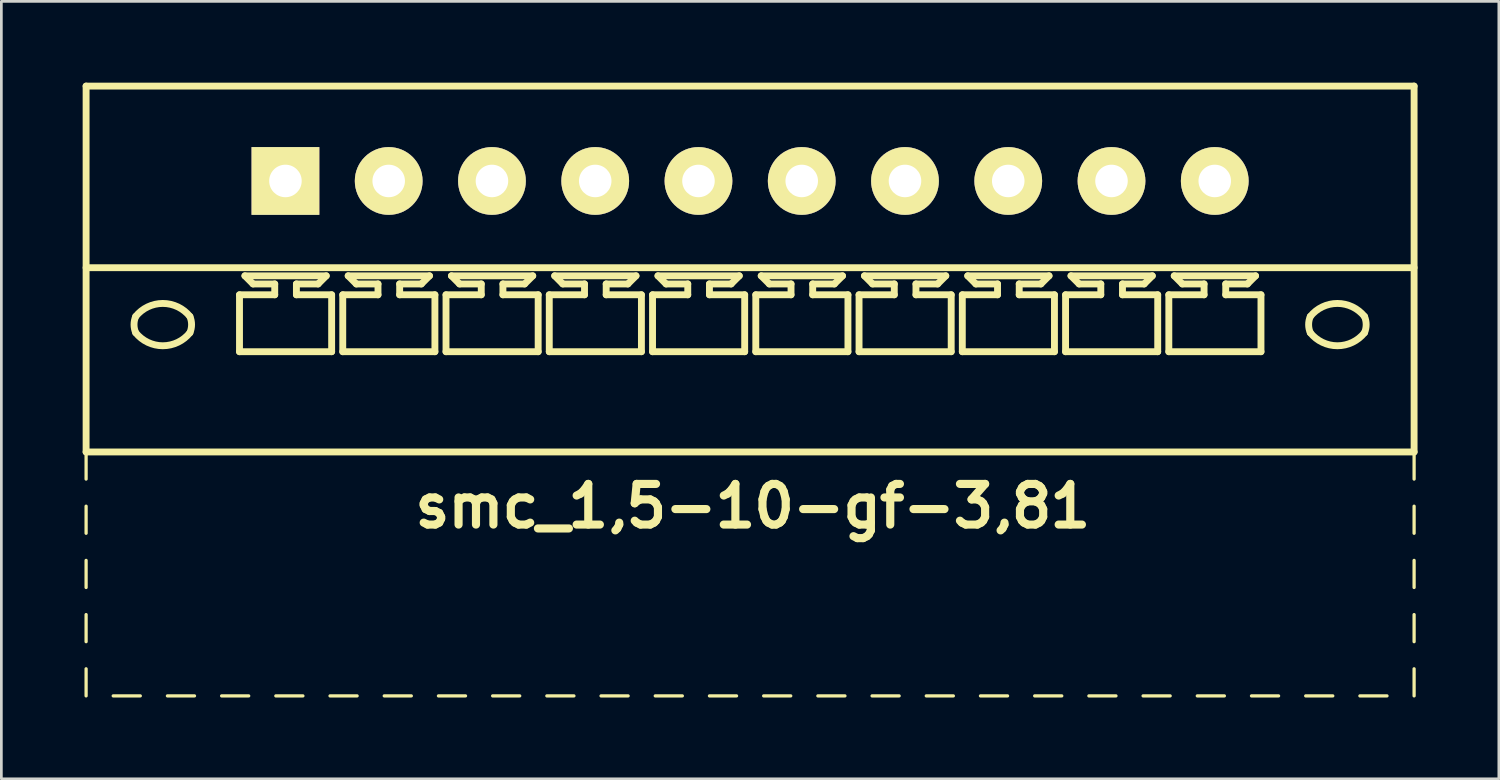
<source format=kicad_pcb>
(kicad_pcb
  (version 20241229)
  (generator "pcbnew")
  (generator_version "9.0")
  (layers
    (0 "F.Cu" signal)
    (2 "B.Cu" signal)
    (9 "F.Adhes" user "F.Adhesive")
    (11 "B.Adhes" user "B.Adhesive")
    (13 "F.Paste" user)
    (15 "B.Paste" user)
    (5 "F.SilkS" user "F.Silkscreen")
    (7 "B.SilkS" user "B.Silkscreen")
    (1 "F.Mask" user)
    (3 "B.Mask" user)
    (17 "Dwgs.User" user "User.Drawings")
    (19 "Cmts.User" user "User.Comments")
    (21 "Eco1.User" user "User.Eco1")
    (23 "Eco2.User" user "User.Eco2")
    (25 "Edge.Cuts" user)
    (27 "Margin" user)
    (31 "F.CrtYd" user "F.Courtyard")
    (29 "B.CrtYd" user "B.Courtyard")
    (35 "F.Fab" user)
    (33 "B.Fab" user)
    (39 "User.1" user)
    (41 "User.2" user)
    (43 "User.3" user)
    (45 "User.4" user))
  (footprint "smc_1,5-10-gf-3,81"
    (layer "F.Cu")
    (at 24.627 3.627)
    (property "Reference" "smc_1,5-10-gf-3,81" (at 0.1 12 0) (layer "F.SilkS") (effects (font (size 1.5 1.5) (thickness 0.3))))
    (attr through_hole)
    (fp_line (start -24.5 -3.5) (end -24.5 10) (stroke (width 0.254) (type solid)) (layer "F.SilkS"))
    (fp_line (start -24.5 -3.5) (end 24.5 -3.5) (stroke (width 0.254) (type solid)) (layer "F.SilkS"))
    (fp_line (start -24.5 3.2) (end 24.5 3.2) (stroke (width 0.254) (type solid)) (layer "F.SilkS"))
    (fp_line (start -24.5 10) (end -24.5 11) (stroke (width 0.12) (type solid)) (layer "F.SilkS"))
    (fp_line (start -24.5 10) (end 24.5 10) (stroke (width 0.254) (type solid)) (layer "F.SilkS"))
    (fp_line (start -24.5 12) (end -24.5 13) (stroke (width 0.12) (type solid)) (layer "F.SilkS"))
    (fp_line (start -24.5 14) (end -24.5 15) (stroke (width 0.12) (type solid)) (layer "F.SilkS"))
    (fp_line (start -24.5 16) (end -24.5 17) (stroke (width 0.12) (type solid)) (layer "F.SilkS"))
    (fp_line (start -24.5 18) (end -24.5 19) (stroke (width 0.12) (type solid)) (layer "F.SilkS"))
    (fp_line (start -23.5 19) (end -22.5 19) (stroke (width 0.12) (type solid)) (layer "F.SilkS"))
    (fp_line (start -21.5 19) (end -20.5 19) (stroke (width 0.12) (type solid)) (layer "F.SilkS"))
    (fp_line (start -19.5 19) (end -18.5 19) (stroke (width 0.12) (type solid)) (layer "F.SilkS"))
    (fp_line (start -18.84 4.2) (end -17.54 4.2) (stroke (width 0.254) (type solid)) (layer "F.SilkS"))
    (fp_line (start -18.84 6.3) (end -18.84 4.2) (stroke (width 0.254) (type solid)) (layer "F.SilkS"))
    (fp_line (start -18.64 3.5) (end -15.64 3.5) (stroke (width 0.254) (type solid)) (layer "F.SilkS"))
    (fp_line (start -18.34 3.8) (end -18.64 3.5) (stroke (width 0.254) (type solid)) (layer "F.SilkS"))
    (fp_line (start -17.54 3.8) (end -18.34 3.8) (stroke (width 0.254) (type solid)) (layer "F.SilkS"))
    (fp_line (start -17.54 4.2) (end -17.54 3.8) (stroke (width 0.254) (type solid)) (layer "F.SilkS"))
    (fp_line (start -17.5 19) (end -16.5 19) (stroke (width 0.12) (type solid)) (layer "F.SilkS"))
    (fp_line (start -16.74 3.8) (end -16.74 4.2) (stroke (width 0.254) (type solid)) (layer "F.SilkS"))
    (fp_line (start -16.74 4.2) (end -15.44 4.2) (stroke (width 0.254) (type solid)) (layer "F.SilkS"))
    (fp_line (start -15.94 3.8) (end -16.74 3.8) (stroke (width 0.254) (type solid)) (layer "F.SilkS"))
    (fp_line (start -15.94 3.8) (end -15.64 3.5) (stroke (width 0.254) (type solid)) (layer "F.SilkS"))
    (fp_line (start -15.5 19) (end -14.5 19) (stroke (width 0.12) (type solid)) (layer "F.SilkS"))
    (fp_line (start -15.44 4.2) (end -15.44 6.3) (stroke (width 0.254) (type solid)) (layer "F.SilkS"))
    (fp_line (start -15.44 6.3) (end -18.84 6.3) (stroke (width 0.254) (type solid)) (layer "F.SilkS"))
    (fp_line (start -15.03 4.2) (end -13.73 4.2) (stroke (width 0.254) (type solid)) (layer "F.SilkS"))
    (fp_line (start -15.03 6.3) (end -15.03 4.2) (stroke (width 0.254) (type solid)) (layer "F.SilkS"))
    (fp_line (start -14.83 3.5) (end -11.83 3.5) (stroke (width 0.254) (type solid)) (layer "F.SilkS"))
    (fp_line (start -14.53 3.8) (end -14.83 3.5) (stroke (width 0.254) (type solid)) (layer "F.SilkS"))
    (fp_line (start -13.73 3.8) (end -14.53 3.8) (stroke (width 0.254) (type solid)) (layer "F.SilkS"))
    (fp_line (start -13.73 4.2) (end -13.73 3.8) (stroke (width 0.254) (type solid)) (layer "F.SilkS"))
    (fp_line (start -13.5 19) (end -12.5 19) (stroke (width 0.12) (type solid)) (layer "F.SilkS"))
    (fp_line (start -12.93 3.8) (end -12.93 4.2) (stroke (width 0.254) (type solid)) (layer "F.SilkS"))
    (fp_line (start -12.93 4.2) (end -11.63 4.2) (stroke (width 0.254) (type solid)) (layer "F.SilkS"))
    (fp_line (start -12.13 3.8) (end -12.93 3.8) (stroke (width 0.254) (type solid)) (layer "F.SilkS"))
    (fp_line (start -12.13 3.8) (end -11.83 3.5) (stroke (width 0.254) (type solid)) (layer "F.SilkS"))
    (fp_line (start -11.63 4.2) (end -11.63 6.3) (stroke (width 0.254) (type solid)) (layer "F.SilkS"))
    (fp_line (start -11.63 6.3) (end -15.03 6.3) (stroke (width 0.254) (type solid)) (layer "F.SilkS"))
    (fp_line (start -11.5 19) (end -10.5 19) (stroke (width 0.12) (type solid)) (layer "F.SilkS"))
    (fp_line (start -11.22 4.2) (end -9.92 4.2) (stroke (width 0.254) (type solid)) (layer "F.SilkS"))
    (fp_line (start -11.22 6.3) (end -11.22 4.2) (stroke (width 0.254) (type solid)) (layer "F.SilkS"))
    (fp_line (start -11.02 3.5) (end -8.02 3.5) (stroke (width 0.254) (type solid)) (layer "F.SilkS"))
    (fp_line (start -10.72 3.8) (end -11.02 3.5) (stroke (width 0.254) (type solid)) (layer "F.SilkS"))
    (fp_line (start -9.92 3.8) (end -10.72 3.8) (stroke (width 0.254) (type solid)) (layer "F.SilkS"))
    (fp_line (start -9.92 4.2) (end -9.92 3.8) (stroke (width 0.254) (type solid)) (layer "F.SilkS"))
    (fp_line (start -9.5 19) (end -8.5 19) (stroke (width 0.12) (type solid)) (layer "F.SilkS"))
    (fp_line (start -9.12 3.8) (end -9.12 4.2) (stroke (width 0.254) (type solid)) (layer "F.SilkS"))
    (fp_line (start -9.12 4.2) (end -7.82 4.2) (stroke (width 0.254) (type solid)) (layer "F.SilkS"))
    (fp_line (start -8.32 3.8) (end -9.12 3.8) (stroke (width 0.254) (type solid)) (layer "F.SilkS"))
    (fp_line (start -8.32 3.8) (end -8.02 3.5) (stroke (width 0.254) (type solid)) (layer "F.SilkS"))
    (fp_line (start -7.82 4.2) (end -7.82 6.3) (stroke (width 0.254) (type solid)) (layer "F.SilkS"))
    (fp_line (start -7.82 6.3) (end -11.22 6.3) (stroke (width 0.254) (type solid)) (layer "F.SilkS"))
    (fp_line (start -7.5 19) (end -6.5 19) (stroke (width 0.12) (type solid)) (layer "F.SilkS"))
    (fp_line (start -7.41 4.2) (end -6.11 4.2) (stroke (width 0.254) (type solid)) (layer "F.SilkS"))
    (fp_line (start -7.41 6.3) (end -7.41 4.2) (stroke (width 0.254) (type solid)) (layer "F.SilkS"))
    (fp_line (start -7.21 3.5) (end -4.21 3.5) (stroke (width 0.254) (type solid)) (layer "F.SilkS"))
    (fp_line (start -6.91 3.8) (end -7.21 3.5) (stroke (width 0.254) (type solid)) (layer "F.SilkS"))
    (fp_line (start -6.11 3.8) (end -6.91 3.8) (stroke (width 0.254) (type solid)) (layer "F.SilkS"))
    (fp_line (start -6.11 4.2) (end -6.11 3.8) (stroke (width 0.254) (type solid)) (layer "F.SilkS"))
    (fp_line (start -5.5 19) (end -4.5 19) (stroke (width 0.12) (type solid)) (layer "F.SilkS"))
    (fp_line (start -5.31 3.8) (end -5.31 4.2) (stroke (width 0.254) (type solid)) (layer "F.SilkS"))
    (fp_line (start -5.31 4.2) (end -4.01 4.2) (stroke (width 0.254) (type solid)) (layer "F.SilkS"))
    (fp_line (start -4.51 3.8) (end -5.31 3.8) (stroke (width 0.254) (type solid)) (layer "F.SilkS"))
    (fp_line (start -4.51 3.8) (end -4.21 3.5) (stroke (width 0.254) (type solid)) (layer "F.SilkS"))
    (fp_line (start -4.01 4.2) (end -4.01 6.3) (stroke (width 0.254) (type solid)) (layer "F.SilkS"))
    (fp_line (start -4.01 6.3) (end -7.41 6.3) (stroke (width 0.254) (type solid)) (layer "F.SilkS"))
    (fp_line (start -3.6 4.2) (end -2.3 4.2) (stroke (width 0.254) (type solid)) (layer "F.SilkS"))
    (fp_line (start -3.6 6.3) (end -3.6 4.2) (stroke (width 0.254) (type solid)) (layer "F.SilkS"))
    (fp_line (start -3.5 19) (end -2.5 19) (stroke (width 0.12) (type solid)) (layer "F.SilkS"))
    (fp_line (start -3.4 3.5) (end -0.4 3.5) (stroke (width 0.254) (type solid)) (layer "F.SilkS"))
    (fp_line (start -3.1 3.8) (end -3.4 3.5) (stroke (width 0.254) (type solid)) (layer "F.SilkS"))
    (fp_line (start -2.3 3.8) (end -3.1 3.8) (stroke (width 0.254) (type solid)) (layer "F.SilkS"))
    (fp_line (start -2.3 4.2) (end -2.3 3.8) (stroke (width 0.254) (type solid)) (layer "F.SilkS"))
    (fp_line (start -1.5 3.8) (end -1.5 4.2) (stroke (width 0.254) (type solid)) (layer "F.SilkS"))
    (fp_line (start -1.5 4.2) (end -0.2 4.2) (stroke (width 0.254) (type solid)) (layer "F.SilkS"))
    (fp_line (start -1.5 19) (end -0.5 19) (stroke (width 0.12) (type solid)) (layer "F.SilkS"))
    (fp_line (start -0.7 3.8) (end -1.5 3.8) (stroke (width 0.254) (type solid)) (layer "F.SilkS"))
    (fp_line (start -0.7 3.8) (end -0.4 3.5) (stroke (width 0.254) (type solid)) (layer "F.SilkS"))
    (fp_line (start -0.2 4.2) (end -0.2 6.3) (stroke (width 0.254) (type solid)) (layer "F.SilkS"))
    (fp_line (start -0.2 6.3) (end -3.6 6.3) (stroke (width 0.254) (type solid)) (layer "F.SilkS"))
    (fp_line (start 0.21 4.2) (end 1.51 4.2) (stroke (width 0.254) (type solid)) (layer "F.SilkS"))
    (fp_line (start 0.21 6.3) (end 0.21 4.2) (stroke (width 0.254) (type solid)) (layer "F.SilkS"))
    (fp_line (start 0.41 3.5) (end 3.41 3.5) (stroke (width 0.254) (type solid)) (layer "F.SilkS"))
    (fp_line (start 0.5 19) (end 1.5 19) (stroke (width 0.12) (type solid)) (layer "F.SilkS"))
    (fp_line (start 0.71 3.8) (end 0.41 3.5) (stroke (width 0.254) (type solid)) (layer "F.SilkS"))
    (fp_line (start 1.51 3.8) (end 0.71 3.8) (stroke (width 0.254) (type solid)) (layer "F.SilkS"))
    (fp_line (start 1.51 4.2) (end 1.51 3.8) (stroke (width 0.254) (type solid)) (layer "F.SilkS"))
    (fp_line (start 2.31 3.8) (end 2.31 4.2) (stroke (width 0.254) (type solid)) (layer "F.SilkS"))
    (fp_line (start 2.31 4.2) (end 3.61 4.2) (stroke (width 0.254) (type solid)) (layer "F.SilkS"))
    (fp_line (start 2.5 19) (end 3.5 19) (stroke (width 0.12) (type solid)) (layer "F.SilkS"))
    (fp_line (start 3.11 3.8) (end 2.31 3.8) (stroke (width 0.254) (type solid)) (layer "F.SilkS"))
    (fp_line (start 3.11 3.8) (end 3.41 3.5) (stroke (width 0.254) (type solid)) (layer "F.SilkS"))
    (fp_line (start 3.61 4.2) (end 3.61 6.3) (stroke (width 0.254) (type solid)) (layer "F.SilkS"))
    (fp_line (start 3.61 6.3) (end 0.21 6.3) (stroke (width 0.254) (type solid)) (layer "F.SilkS"))
    (fp_line (start 4.02 4.2) (end 5.32 4.2) (stroke (width 0.254) (type solid)) (layer "F.SilkS"))
    (fp_line (start 4.02 6.3) (end 4.02 4.2) (stroke (width 0.254) (type solid)) (layer "F.SilkS"))
    (fp_line (start 4.22 3.5) (end 7.22 3.5) (stroke (width 0.254) (type solid)) (layer "F.SilkS"))
    (fp_line (start 4.5 19) (end 5.5 19) (stroke (width 0.12) (type solid)) (layer "F.SilkS"))
    (fp_line (start 4.52 3.8) (end 4.22 3.5) (stroke (width 0.254) (type solid)) (layer "F.SilkS"))
    (fp_line (start 5.32 3.8) (end 4.52 3.8) (stroke (width 0.254) (type solid)) (layer "F.SilkS"))
    (fp_line (start 5.32 4.2) (end 5.32 3.8) (stroke (width 0.254) (type solid)) (layer "F.SilkS"))
    (fp_line (start 6.12 3.8) (end 6.12 4.2) (stroke (width 0.254) (type solid)) (layer "F.SilkS"))
    (fp_line (start 6.12 4.2) (end 7.42 4.2) (stroke (width 0.254) (type solid)) (layer "F.SilkS"))
    (fp_line (start 6.5 19) (end 7.5 19) (stroke (width 0.12) (type solid)) (layer "F.SilkS"))
    (fp_line (start 6.92 3.8) (end 6.12 3.8) (stroke (width 0.254) (type solid)) (layer "F.SilkS"))
    (fp_line (start 6.92 3.8) (end 7.22 3.5) (stroke (width 0.254) (type solid)) (layer "F.SilkS"))
    (fp_line (start 7.42 4.2) (end 7.42 6.3) (stroke (width 0.254) (type solid)) (layer "F.SilkS"))
    (fp_line (start 7.42 6.3) (end 4.02 6.3) (stroke (width 0.254) (type solid)) (layer "F.SilkS"))
    (fp_line (start 7.83 4.2) (end 9.13 4.2) (stroke (width 0.254) (type solid)) (layer "F.SilkS"))
    (fp_line (start 7.83 6.3) (end 7.83 4.2) (stroke (width 0.254) (type solid)) (layer "F.SilkS"))
    (fp_line (start 8.03 3.5) (end 11.03 3.5) (stroke (width 0.254) (type solid)) (layer "F.SilkS"))
    (fp_line (start 8.33 3.8) (end 8.03 3.5) (stroke (width 0.254) (type solid)) (layer "F.SilkS"))
    (fp_line (start 8.5 19) (end 9.5 19) (stroke (width 0.12) (type solid)) (layer "F.SilkS"))
    (fp_line (start 9.13 3.8) (end 8.33 3.8) (stroke (width 0.254) (type solid)) (layer "F.SilkS"))
    (fp_line (start 9.13 4.2) (end 9.13 3.8) (stroke (width 0.254) (type solid)) (layer "F.SilkS"))
    (fp_line (start 9.93 3.8) (end 9.93 4.2) (stroke (width 0.254) (type solid)) (layer "F.SilkS"))
    (fp_line (start 9.93 4.2) (end 11.23 4.2) (stroke (width 0.254) (type solid)) (layer "F.SilkS"))
    (fp_line (start 10.5 19) (end 11.5 19) (stroke (width 0.12) (type solid)) (layer "F.SilkS"))
    (fp_line (start 10.73 3.8) (end 9.93 3.8) (stroke (width 0.254) (type solid)) (layer "F.SilkS"))
    (fp_line (start 10.73 3.8) (end 11.03 3.5) (stroke (width 0.254) (type solid)) (layer "F.SilkS"))
    (fp_line (start 11.23 4.2) (end 11.23 6.3) (stroke (width 0.254) (type solid)) (layer "F.SilkS"))
    (fp_line (start 11.23 6.3) (end 7.83 6.3) (stroke (width 0.254) (type solid)) (layer "F.SilkS"))
    (fp_line (start 11.64 4.2) (end 12.94 4.2) (stroke (width 0.254) (type solid)) (layer "F.SilkS"))
    (fp_line (start 11.64 6.3) (end 11.64 4.2) (stroke (width 0.254) (type solid)) (layer "F.SilkS"))
    (fp_line (start 11.84 3.5) (end 14.84 3.5) (stroke (width 0.254) (type solid)) (layer "F.SilkS"))
    (fp_line (start 12.14 3.8) (end 11.84 3.5) (stroke (width 0.254) (type solid)) (layer "F.SilkS"))
    (fp_line (start 12.5 19) (end 13.5 19) (stroke (width 0.12) (type solid)) (layer "F.SilkS"))
    (fp_line (start 12.94 3.8) (end 12.14 3.8) (stroke (width 0.254) (type solid)) (layer "F.SilkS"))
    (fp_line (start 12.94 4.2) (end 12.94 3.8) (stroke (width 0.254) (type solid)) (layer "F.SilkS"))
    (fp_line (start 13.74 3.8) (end 13.74 4.2) (stroke (width 0.254) (type solid)) (layer "F.SilkS"))
    (fp_line (start 13.74 4.2) (end 15.04 4.2) (stroke (width 0.254) (type solid)) (layer "F.SilkS"))
    (fp_line (start 14.5 19) (end 15.5 19) (stroke (width 0.12) (type solid)) (layer "F.SilkS"))
    (fp_line (start 14.54 3.8) (end 13.74 3.8) (stroke (width 0.254) (type solid)) (layer "F.SilkS"))
    (fp_line (start 14.54 3.8) (end 14.84 3.5) (stroke (width 0.254) (type solid)) (layer "F.SilkS"))
    (fp_line (start 15.04 4.2) (end 15.04 6.3) (stroke (width 0.254) (type solid)) (layer "F.SilkS"))
    (fp_line (start 15.04 6.3) (end 11.64 6.3) (stroke (width 0.254) (type solid)) (layer "F.SilkS"))
    (fp_line (start 15.45 4.2) (end 16.75 4.2) (stroke (width 0.254) (type solid)) (layer "F.SilkS"))
    (fp_line (start 15.45 6.3) (end 15.45 4.2) (stroke (width 0.254) (type solid)) (layer "F.SilkS"))
    (fp_line (start 15.65 3.5) (end 18.65 3.5) (stroke (width 0.254) (type solid)) (layer "F.SilkS"))
    (fp_line (start 15.95 3.8) (end 15.65 3.5) (stroke (width 0.254) (type solid)) (layer "F.SilkS"))
    (fp_line (start 16.5 19) (end 17.5 19) (stroke (width 0.12) (type solid)) (layer "F.SilkS"))
    (fp_line (start 16.75 3.8) (end 15.95 3.8) (stroke (width 0.254) (type solid)) (layer "F.SilkS"))
    (fp_line (start 16.75 4.2) (end 16.75 3.8) (stroke (width 0.254) (type solid)) (layer "F.SilkS"))
    (fp_line (start 17.55 3.8) (end 17.55 4.2) (stroke (width 0.254) (type solid)) (layer "F.SilkS"))
    (fp_line (start 17.55 4.2) (end 18.85 4.2) (stroke (width 0.254) (type solid)) (layer "F.SilkS"))
    (fp_line (start 18.35 3.8) (end 17.55 3.8) (stroke (width 0.254) (type solid)) (layer "F.SilkS"))
    (fp_line (start 18.35 3.8) (end 18.65 3.5) (stroke (width 0.254) (type solid)) (layer "F.SilkS"))
    (fp_line (start 18.5 19) (end 19.5 19) (stroke (width 0.12) (type solid)) (layer "F.SilkS"))
    (fp_line (start 18.85 4.2) (end 18.85 6.3) (stroke (width 0.254) (type solid)) (layer "F.SilkS"))
    (fp_line (start 18.85 6.3) (end 15.45 6.3) (stroke (width 0.254) (type solid)) (layer "F.SilkS"))
    (fp_line (start 20.5 19) (end 21.5 19) (stroke (width 0.12) (type solid)) (layer "F.SilkS"))
    (fp_line (start 22.5 19) (end 23.5 19) (stroke (width 0.12) (type solid)) (layer "F.SilkS"))
    (fp_line (start 24.5 -3.5) (end 24.5 10) (stroke (width 0.254) (type solid)) (layer "F.SilkS"))
    (fp_line (start 24.5 11) (end 24.5 10) (stroke (width 0.12) (type solid)) (layer "F.SilkS"))
    (fp_line (start 24.5 13) (end 24.5 12) (stroke (width 0.12) (type solid)) (layer "F.SilkS"))
    (fp_line (start 24.5 15) (end 24.5 14) (stroke (width 0.12) (type solid)) (layer "F.SilkS"))
    (fp_line (start 24.5 16) (end 24.5 17) (stroke (width 0.12) (type solid)) (layer "F.SilkS"))
    (fp_line (start 24.5 18) (end 24.5 19) (stroke (width 0.12) (type solid)) (layer "F.SilkS"))
    (fp_arc (start -22.670274 5.000342) (mid -21.670219 4.519375) (end -20.67 5) (stroke (width 0.254) (type solid)) (layer "F.SilkS"))
    (fp_arc (start -22.669985 5.600034) (mid -22.731577 5.300019) (end -22.67 5) (stroke (width 0.254) (type solid)) (layer "F.SilkS"))
    (fp_arc (start -20.670015 4.999966) (mid -20.608423 5.299981) (end -20.67 5.6) (stroke (width 0.254) (type solid)) (layer "F.SilkS"))
    (fp_arc (start -20.669726 5.599658) (mid -21.669781 6.080625) (end -22.67 5.6) (stroke (width 0.254) (type solid)) (layer "F.SilkS"))
    (fp_arc (start 20.669726 5.000342) (mid 21.669781 4.519375) (end 22.67 5) (stroke (width 0.254) (type solid)) (layer "F.SilkS"))
    (fp_arc (start 20.670015 5.600034) (mid 20.608423 5.300019) (end 20.67 5) (stroke (width 0.254) (type solid)) (layer "F.SilkS"))
    (fp_arc (start 22.669985 4.999966) (mid 22.731577 5.299981) (end 22.67 5.6) (stroke (width 0.254) (type solid)) (layer "F.SilkS"))
    (fp_arc (start 22.670274 5.599658) (mid 21.670219 6.080625) (end 20.67 5.6) (stroke (width 0.254) (type solid)) (layer "F.SilkS"))
    (pad "1" thru_hole rect (at -17.145 0) (size 2.5 2.5) (drill 1.2) (layers "*.Cu" "*.Mask" "F.SilkS"))
    (pad "2" thru_hole circle (at -13.335 0) (size 2.5 2.5) (drill 1.2) (layers "*.Cu" "*.Mask" "F.SilkS"))
    (pad "3" thru_hole circle (at -9.525 0) (size 2.5 2.5) (drill 1.2) (layers "*.Cu" "*.Mask" "F.SilkS"))
    (pad "4" thru_hole circle (at -5.715 0) (size 2.5 2.5) (drill 1.2) (layers "*.Cu" "*.Mask" "F.SilkS"))
    (pad "5" thru_hole circle (at -1.905 0) (size 2.5 2.5) (drill 1.2) (layers "*.Cu" "*.Mask" "F.SilkS"))
    (pad "6" thru_hole circle (at 1.905 0) (size 2.5 2.5) (drill 1.2) (layers "*.Cu" "*.Mask" "F.SilkS"))
    (pad "7" thru_hole circle (at 5.715 0) (size 2.5 2.5) (drill 1.2) (layers "*.Cu" "*.Mask" "F.SilkS"))
    (pad "8" thru_hole circle (at 9.525 0) (size 2.5 2.5) (drill 1.2) (layers "*.Cu" "*.Mask" "F.SilkS"))
    (pad "9" thru_hole circle (at 13.335 0) (size 2.5 2.5) (drill 1.2) (layers "*.Cu" "*.Mask" "F.SilkS"))
    (pad "10" thru_hole circle (at 17.145 0) (size 2.5 2.5) (drill 1.2) (layers "*.Cu" "*.Mask" "F.SilkS")))
  (gr_rect
    (start -3 -3)
    (end 52.254 25.687)
    (stroke (width 0.1) (type default))
    (fill no)
    (layer "Edge.Cuts")))
</source>
